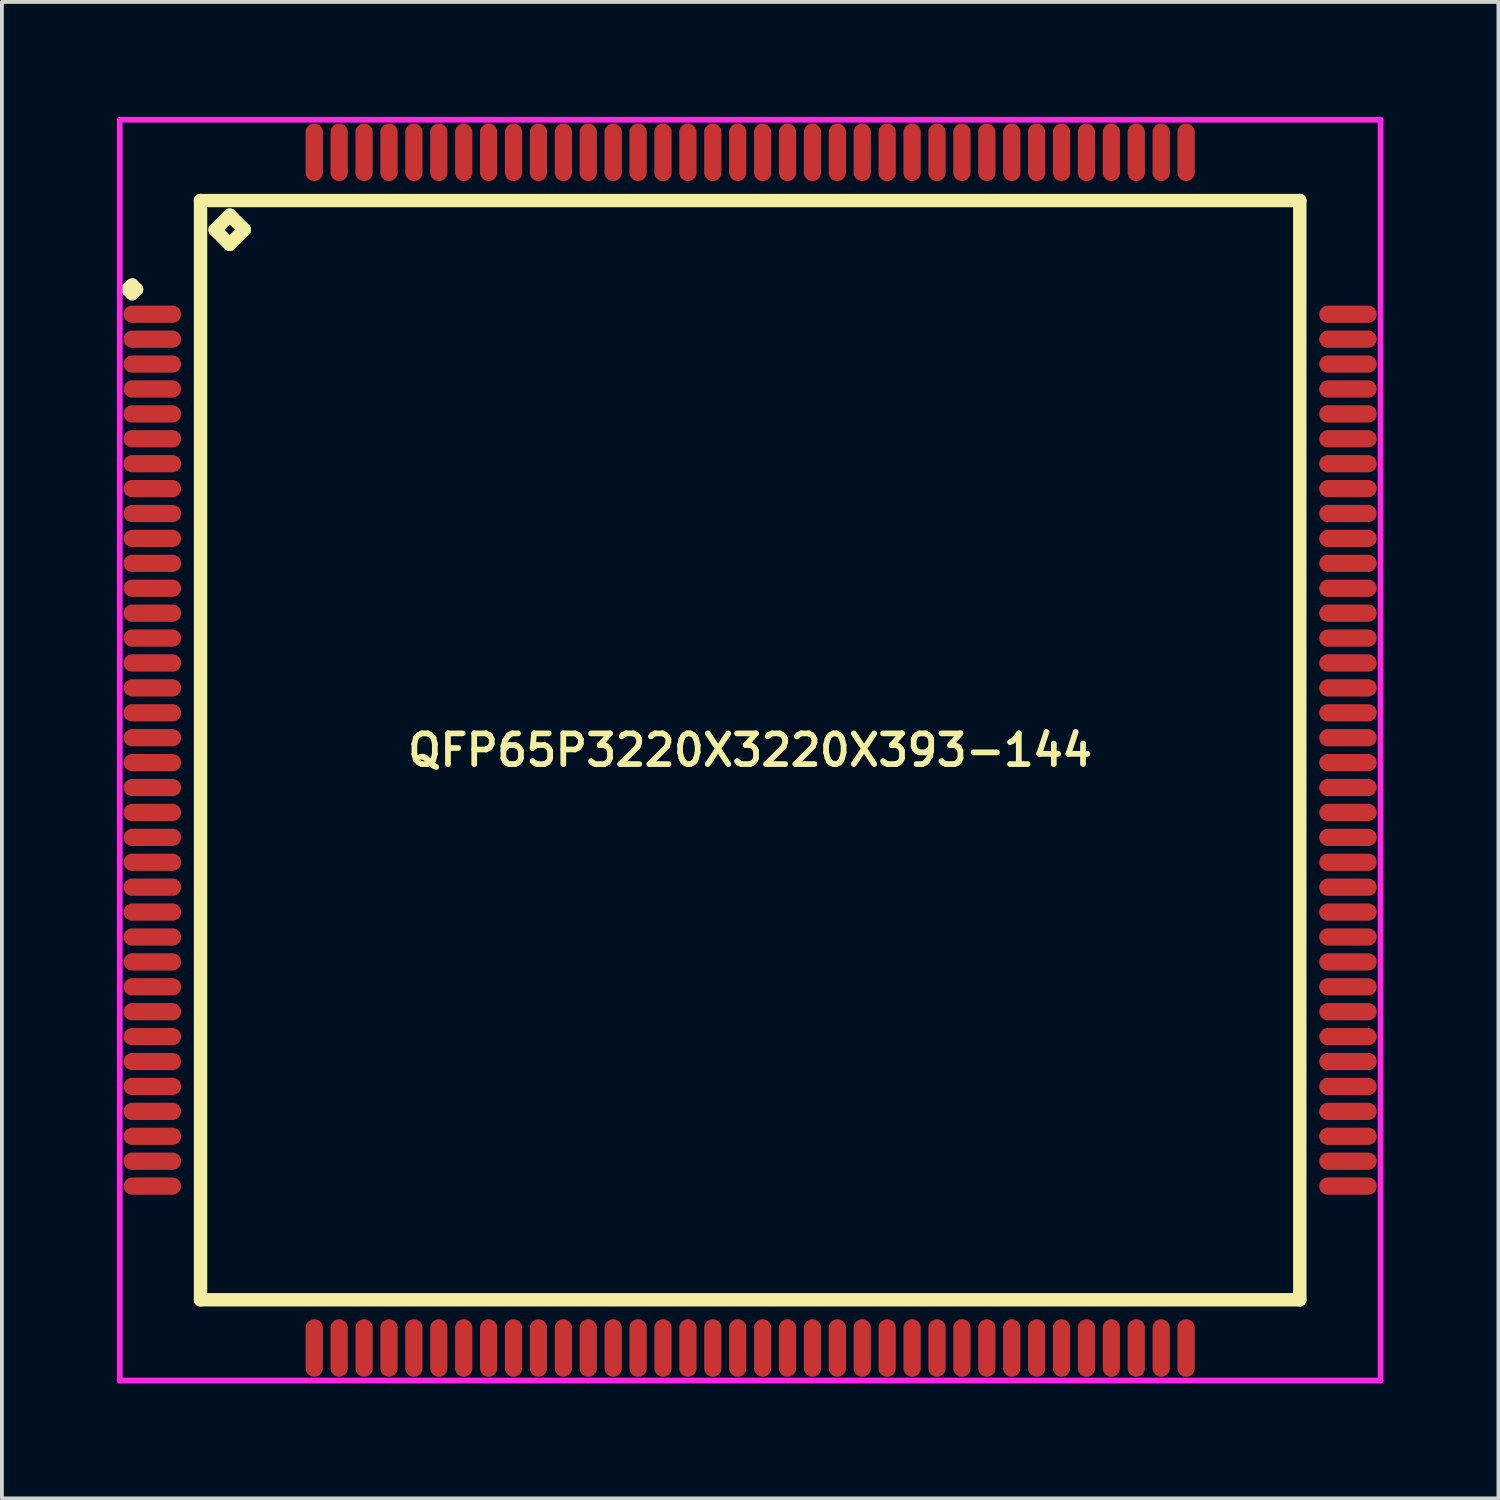
<source format=kicad_pcb>
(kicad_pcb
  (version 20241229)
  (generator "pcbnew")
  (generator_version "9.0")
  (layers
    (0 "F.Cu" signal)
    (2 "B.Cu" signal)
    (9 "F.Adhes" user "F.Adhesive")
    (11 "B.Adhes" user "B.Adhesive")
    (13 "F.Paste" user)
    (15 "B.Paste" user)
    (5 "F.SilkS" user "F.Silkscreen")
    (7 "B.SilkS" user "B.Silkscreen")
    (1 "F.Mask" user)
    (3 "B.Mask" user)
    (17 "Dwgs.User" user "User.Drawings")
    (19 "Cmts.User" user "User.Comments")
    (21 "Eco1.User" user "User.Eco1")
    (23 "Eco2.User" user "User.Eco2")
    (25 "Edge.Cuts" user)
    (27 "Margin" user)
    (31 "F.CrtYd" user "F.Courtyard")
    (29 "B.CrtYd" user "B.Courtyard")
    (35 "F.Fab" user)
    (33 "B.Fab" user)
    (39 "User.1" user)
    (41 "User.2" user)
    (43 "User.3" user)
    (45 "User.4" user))
  (footprint "QFP65P3220X3220X393-144"
    (layer "F.Cu")
    (at 16.525 16.525)
    (property "Reference" "QFP65P3220X3220X393-144" (at 0 0 0) (layer "F.SilkS") (effects (font (size 0.8 0.8) (thickness 0.15))))
    (attr through_hole)
    (fp_line (start -16.238 -12.025) (end -16.125 -12.137) (stroke (width 0.35) (type solid)) (layer "F.SilkS"))
    (fp_line (start -16.125 -12.137) (end -16.012 -12.025) (stroke (width 0.35) (type solid)) (layer "F.SilkS"))
    (fp_line (start -16.125 -11.912) (end -16.238 -12.025) (stroke (width 0.35) (type solid)) (layer "F.SilkS"))
    (fp_line (start -16.012 -12.025) (end -16.125 -11.912) (stroke (width 0.35) (type solid)) (layer "F.SilkS"))
    (fp_line (start -14.342 -14.342) (end -14.342 14.342) (stroke (width 0.35) (type solid)) (layer "F.SilkS"))
    (fp_line (start -14.342 14.342) (end 14.342 14.342) (stroke (width 0.35) (type solid)) (layer "F.SilkS"))
    (fp_line (start -13.961 -13.58) (end -13.58 -13.961) (stroke (width 0.35) (type solid)) (layer "F.SilkS"))
    (fp_line (start -13.58 -13.961) (end -13.199 -13.58) (stroke (width 0.35) (type solid)) (layer "F.SilkS"))
    (fp_line (start -13.58 -13.199) (end -13.961 -13.58) (stroke (width 0.35) (type solid)) (layer "F.SilkS"))
    (fp_line (start -13.199 -13.58) (end -13.58 -13.199) (stroke (width 0.35) (type solid)) (layer "F.SilkS"))
    (fp_line (start 14.342 -14.342) (end -14.342 -14.342) (stroke (width 0.35) (type solid)) (layer "F.SilkS"))
    (fp_line (start 14.342 14.342) (end 14.342 -14.342) (stroke (width 0.35) (type solid)) (layer "F.SilkS"))
    (fp_line (start -16.45 -16.45) (end 16.45 -16.45) (stroke (width 0.15) (type solid)) (layer "F.CrtYd"))
    (fp_line (start -16.45 16.45) (end -16.45 -16.45) (stroke (width 0.15) (type solid)) (layer "F.CrtYd"))
    (fp_line (start 16.45 -16.45) (end 16.45 16.45) (stroke (width 0.15) (type solid)) (layer "F.CrtYd"))
    (fp_line (start 16.45 16.45) (end -16.45 16.45) (stroke (width 0.15) (type solid)) (layer "F.CrtYd"))
    (pad "1" smd oval (at -15.6 -11.375) (size 1.5 0.45) (layers "F.Cu" "F.Mask" "F.Paste"))
    (pad "2" smd oval (at -15.6 -10.725) (size 1.5 0.45) (layers "F.Cu" "F.Mask" "F.Paste"))
    (pad "3" smd oval (at -15.6 -10.075) (size 1.5 0.45) (layers "F.Cu" "F.Mask" "F.Paste"))
    (pad "4" smd oval (at -15.6 -9.425) (size 1.5 0.45) (layers "F.Cu" "F.Mask" "F.Paste"))
    (pad "5" smd oval (at -15.6 -8.775) (size 1.5 0.45) (layers "F.Cu" "F.Mask" "F.Paste"))
    (pad "6" smd oval (at -15.6 -8.125) (size 1.5 0.45) (layers "F.Cu" "F.Mask" "F.Paste"))
    (pad "7" smd oval (at -15.6 -7.475) (size 1.5 0.45) (layers "F.Cu" "F.Mask" "F.Paste"))
    (pad "8" smd oval (at -15.6 -6.825) (size 1.5 0.45) (layers "F.Cu" "F.Mask" "F.Paste"))
    (pad "9" smd oval (at -15.6 -6.175) (size 1.5 0.45) (layers "F.Cu" "F.Mask" "F.Paste"))
    (pad "10" smd oval (at -15.6 -5.525) (size 1.5 0.45) (layers "F.Cu" "F.Mask" "F.Paste"))
    (pad "11" smd oval (at -15.6 -4.875) (size 1.5 0.45) (layers "F.Cu" "F.Mask" "F.Paste"))
    (pad "12" smd oval (at -15.6 -4.225) (size 1.5 0.45) (layers "F.Cu" "F.Mask" "F.Paste"))
    (pad "13" smd oval (at -15.6 -3.575) (size 1.5 0.45) (layers "F.Cu" "F.Mask" "F.Paste"))
    (pad "14" smd oval (at -15.6 -2.925) (size 1.5 0.45) (layers "F.Cu" "F.Mask" "F.Paste"))
    (pad "15" smd oval (at -15.6 -2.275) (size 1.5 0.45) (layers "F.Cu" "F.Mask" "F.Paste"))
    (pad "16" smd oval (at -15.6 -1.625) (size 1.5 0.45) (layers "F.Cu" "F.Mask" "F.Paste"))
    (pad "17" smd oval (at -15.6 -0.975) (size 1.5 0.45) (layers "F.Cu" "F.Mask" "F.Paste"))
    (pad "18" smd oval (at -15.6 -0.325) (size 1.5 0.45) (layers "F.Cu" "F.Mask" "F.Paste"))
    (pad "19" smd oval (at -15.6 0.325) (size 1.5 0.45) (layers "F.Cu" "F.Mask" "F.Paste"))
    (pad "20" smd oval (at -15.6 0.975) (size 1.5 0.45) (layers "F.Cu" "F.Mask" "F.Paste"))
    (pad "21" smd oval (at -15.6 1.625) (size 1.5 0.45) (layers "F.Cu" "F.Mask" "F.Paste"))
    (pad "22" smd oval (at -15.6 2.275) (size 1.5 0.45) (layers "F.Cu" "F.Mask" "F.Paste"))
    (pad "23" smd oval (at -15.6 2.925) (size 1.5 0.45) (layers "F.Cu" "F.Mask" "F.Paste"))
    (pad "24" smd oval (at -15.6 3.575) (size 1.5 0.45) (layers "F.Cu" "F.Mask" "F.Paste"))
    (pad "25" smd oval (at -15.6 4.225) (size 1.5 0.45) (layers "F.Cu" "F.Mask" "F.Paste"))
    (pad "26" smd oval (at -15.6 4.875) (size 1.5 0.45) (layers "F.Cu" "F.Mask" "F.Paste"))
    (pad "27" smd oval (at -15.6 5.525) (size 1.5 0.45) (layers "F.Cu" "F.Mask" "F.Paste"))
    (pad "28" smd oval (at -15.6 6.175) (size 1.5 0.45) (layers "F.Cu" "F.Mask" "F.Paste"))
    (pad "29" smd oval (at -15.6 6.825) (size 1.5 0.45) (layers "F.Cu" "F.Mask" "F.Paste"))
    (pad "30" smd oval (at -15.6 7.475) (size 1.5 0.45) (layers "F.Cu" "F.Mask" "F.Paste"))
    (pad "31" smd oval (at -15.6 8.125) (size 1.5 0.45) (layers "F.Cu" "F.Mask" "F.Paste"))
    (pad "32" smd oval (at -15.6 8.775) (size 1.5 0.45) (layers "F.Cu" "F.Mask" "F.Paste"))
    (pad "33" smd oval (at -15.6 9.425) (size 1.5 0.45) (layers "F.Cu" "F.Mask" "F.Paste"))
    (pad "34" smd oval (at -15.6 10.075) (size 1.5 0.45) (layers "F.Cu" "F.Mask" "F.Paste"))
    (pad "35" smd oval (at -15.6 10.725) (size 1.5 0.45) (layers "F.Cu" "F.Mask" "F.Paste"))
    (pad "36" smd oval (at -15.6 11.375) (size 1.5 0.45) (layers "F.Cu" "F.Mask" "F.Paste"))
    (pad "37" smd oval (at -11.375 15.6) (size 0.45 1.5) (layers "F.Cu" "F.Mask" "F.Paste"))
    (pad "38" smd oval (at -10.725 15.6) (size 0.45 1.5) (layers "F.Cu" "F.Mask" "F.Paste"))
    (pad "39" smd oval (at -10.075 15.6) (size 0.45 1.5) (layers "F.Cu" "F.Mask" "F.Paste"))
    (pad "40" smd oval (at -9.425 15.6) (size 0.45 1.5) (layers "F.Cu" "F.Mask" "F.Paste"))
    (pad "41" smd oval (at -8.775 15.6) (size 0.45 1.5) (layers "F.Cu" "F.Mask" "F.Paste"))
    (pad "42" smd oval (at -8.125 15.6) (size 0.45 1.5) (layers "F.Cu" "F.Mask" "F.Paste"))
    (pad "43" smd oval (at -7.475 15.6) (size 0.45 1.5) (layers "F.Cu" "F.Mask" "F.Paste"))
    (pad "44" smd oval (at -6.825 15.6) (size 0.45 1.5) (layers "F.Cu" "F.Mask" "F.Paste"))
    (pad "45" smd oval (at -6.175 15.6) (size 0.45 1.5) (layers "F.Cu" "F.Mask" "F.Paste"))
    (pad "46" smd oval (at -5.525 15.6) (size 0.45 1.5) (layers "F.Cu" "F.Mask" "F.Paste"))
    (pad "47" smd oval (at -4.875 15.6) (size 0.45 1.5) (layers "F.Cu" "F.Mask" "F.Paste"))
    (pad "48" smd oval (at -4.225 15.6) (size 0.45 1.5) (layers "F.Cu" "F.Mask" "F.Paste"))
    (pad "49" smd oval (at -3.575 15.6) (size 0.45 1.5) (layers "F.Cu" "F.Mask" "F.Paste"))
    (pad "50" smd oval (at -2.925 15.6) (size 0.45 1.5) (layers "F.Cu" "F.Mask" "F.Paste"))
    (pad "51" smd oval (at -2.275 15.6) (size 0.45 1.5) (layers "F.Cu" "F.Mask" "F.Paste"))
    (pad "52" smd oval (at -1.625 15.6) (size 0.45 1.5) (layers "F.Cu" "F.Mask" "F.Paste"))
    (pad "53" smd oval (at -0.975 15.6) (size 0.45 1.5) (layers "F.Cu" "F.Mask" "F.Paste"))
    (pad "54" smd oval (at -0.325 15.6) (size 0.45 1.5) (layers "F.Cu" "F.Mask" "F.Paste"))
    (pad "55" smd oval (at 0.325 15.6) (size 0.45 1.5) (layers "F.Cu" "F.Mask" "F.Paste"))
    (pad "56" smd oval (at 0.975 15.6) (size 0.45 1.5) (layers "F.Cu" "F.Mask" "F.Paste"))
    (pad "57" smd oval (at 1.625 15.6) (size 0.45 1.5) (layers "F.Cu" "F.Mask" "F.Paste"))
    (pad "58" smd oval (at 2.275 15.6) (size 0.45 1.5) (layers "F.Cu" "F.Mask" "F.Paste"))
    (pad "59" smd oval (at 2.925 15.6) (size 0.45 1.5) (layers "F.Cu" "F.Mask" "F.Paste"))
    (pad "60" smd oval (at 3.575 15.6) (size 0.45 1.5) (layers "F.Cu" "F.Mask" "F.Paste"))
    (pad "61" smd oval (at 4.225 15.6) (size 0.45 1.5) (layers "F.Cu" "F.Mask" "F.Paste"))
    (pad "62" smd oval (at 4.875 15.6) (size 0.45 1.5) (layers "F.Cu" "F.Mask" "F.Paste"))
    (pad "63" smd oval (at 5.525 15.6) (size 0.45 1.5) (layers "F.Cu" "F.Mask" "F.Paste"))
    (pad "64" smd oval (at 6.175 15.6) (size 0.45 1.5) (layers "F.Cu" "F.Mask" "F.Paste"))
    (pad "65" smd oval (at 6.825 15.6) (size 0.45 1.5) (layers "F.Cu" "F.Mask" "F.Paste"))
    (pad "66" smd oval (at 7.475 15.6) (size 0.45 1.5) (layers "F.Cu" "F.Mask" "F.Paste"))
    (pad "67" smd oval (at 8.125 15.6) (size 0.45 1.5) (layers "F.Cu" "F.Mask" "F.Paste"))
    (pad "68" smd oval (at 8.775 15.6) (size 0.45 1.5) (layers "F.Cu" "F.Mask" "F.Paste"))
    (pad "69" smd oval (at 9.425 15.6) (size 0.45 1.5) (layers "F.Cu" "F.Mask" "F.Paste"))
    (pad "70" smd oval (at 10.075 15.6) (size 0.45 1.5) (layers "F.Cu" "F.Mask" "F.Paste"))
    (pad "71" smd oval (at 10.725 15.6) (size 0.45 1.5) (layers "F.Cu" "F.Mask" "F.Paste"))
    (pad "72" smd oval (at 11.375 15.6) (size 0.45 1.5) (layers "F.Cu" "F.Mask" "F.Paste"))
    (pad "73" smd oval (at 15.6 11.375) (size 1.5 0.45) (layers "F.Cu" "F.Mask" "F.Paste"))
    (pad "74" smd oval (at 15.6 10.725) (size 1.5 0.45) (layers "F.Cu" "F.Mask" "F.Paste"))
    (pad "75" smd oval (at 15.6 10.075) (size 1.5 0.45) (layers "F.Cu" "F.Mask" "F.Paste"))
    (pad "76" smd oval (at 15.6 9.425) (size 1.5 0.45) (layers "F.Cu" "F.Mask" "F.Paste"))
    (pad "77" smd oval (at 15.6 8.775) (size 1.5 0.45) (layers "F.Cu" "F.Mask" "F.Paste"))
    (pad "78" smd oval (at 15.6 8.125) (size 1.5 0.45) (layers "F.Cu" "F.Mask" "F.Paste"))
    (pad "79" smd oval (at 15.6 7.475) (size 1.5 0.45) (layers "F.Cu" "F.Mask" "F.Paste"))
    (pad "80" smd oval (at 15.6 6.825) (size 1.5 0.45) (layers "F.Cu" "F.Mask" "F.Paste"))
    (pad "81" smd oval (at 15.6 6.175) (size 1.5 0.45) (layers "F.Cu" "F.Mask" "F.Paste"))
    (pad "82" smd oval (at 15.6 5.525) (size 1.5 0.45) (layers "F.Cu" "F.Mask" "F.Paste"))
    (pad "83" smd oval (at 15.6 4.875) (size 1.5 0.45) (layers "F.Cu" "F.Mask" "F.Paste"))
    (pad "84" smd oval (at 15.6 4.225) (size 1.5 0.45) (layers "F.Cu" "F.Mask" "F.Paste"))
    (pad "85" smd oval (at 15.6 3.575) (size 1.5 0.45) (layers "F.Cu" "F.Mask" "F.Paste"))
    (pad "86" smd oval (at 15.6 2.925) (size 1.5 0.45) (layers "F.Cu" "F.Mask" "F.Paste"))
    (pad "87" smd oval (at 15.6 2.275) (size 1.5 0.45) (layers "F.Cu" "F.Mask" "F.Paste"))
    (pad "88" smd oval (at 15.6 1.625) (size 1.5 0.45) (layers "F.Cu" "F.Mask" "F.Paste"))
    (pad "89" smd oval (at 15.6 0.975) (size 1.5 0.45) (layers "F.Cu" "F.Mask" "F.Paste"))
    (pad "90" smd oval (at 15.6 0.325) (size 1.5 0.45) (layers "F.Cu" "F.Mask" "F.Paste"))
    (pad "91" smd oval (at 15.6 -0.325) (size 1.5 0.45) (layers "F.Cu" "F.Mask" "F.Paste"))
    (pad "92" smd oval (at 15.6 -0.975) (size 1.5 0.45) (layers "F.Cu" "F.Mask" "F.Paste"))
    (pad "93" smd oval (at 15.6 -1.625) (size 1.5 0.45) (layers "F.Cu" "F.Mask" "F.Paste"))
    (pad "94" smd oval (at 15.6 -2.275) (size 1.5 0.45) (layers "F.Cu" "F.Mask" "F.Paste"))
    (pad "95" smd oval (at 15.6 -2.925) (size 1.5 0.45) (layers "F.Cu" "F.Mask" "F.Paste"))
    (pad "96" smd oval (at 15.6 -3.575) (size 1.5 0.45) (layers "F.Cu" "F.Mask" "F.Paste"))
    (pad "97" smd oval (at 15.6 -4.225) (size 1.5 0.45) (layers "F.Cu" "F.Mask" "F.Paste"))
    (pad "98" smd oval (at 15.6 -4.875) (size 1.5 0.45) (layers "F.Cu" "F.Mask" "F.Paste"))
    (pad "99" smd oval (at 15.6 -5.525) (size 1.5 0.45) (layers "F.Cu" "F.Mask" "F.Paste"))
    (pad "100" smd oval (at 15.6 -6.175) (size 1.5 0.45) (layers "F.Cu" "F.Mask" "F.Paste"))
    (pad "101" smd oval (at 15.6 -6.825) (size 1.5 0.45) (layers "F.Cu" "F.Mask" "F.Paste"))
    (pad "102" smd oval (at 15.6 -7.475) (size 1.5 0.45) (layers "F.Cu" "F.Mask" "F.Paste"))
    (pad "103" smd oval (at 15.6 -8.125) (size 1.5 0.45) (layers "F.Cu" "F.Mask" "F.Paste"))
    (pad "104" smd oval (at 15.6 -8.775) (size 1.5 0.45) (layers "F.Cu" "F.Mask" "F.Paste"))
    (pad "105" smd oval (at 15.6 -9.425) (size 1.5 0.45) (layers "F.Cu" "F.Mask" "F.Paste"))
    (pad "106" smd oval (at 15.6 -10.075) (size 1.5 0.45) (layers "F.Cu" "F.Mask" "F.Paste"))
    (pad "107" smd oval (at 15.6 -10.725) (size 1.5 0.45) (layers "F.Cu" "F.Mask" "F.Paste"))
    (pad "108" smd oval (at 15.6 -11.375) (size 1.5 0.45) (layers "F.Cu" "F.Mask" "F.Paste"))
    (pad "109" smd oval (at 11.375 -15.6) (size 0.45 1.5) (layers "F.Cu" "F.Mask" "F.Paste"))
    (pad "110" smd oval (at 10.725 -15.6) (size 0.45 1.5) (layers "F.Cu" "F.Mask" "F.Paste"))
    (pad "111" smd oval (at 10.075 -15.6) (size 0.45 1.5) (layers "F.Cu" "F.Mask" "F.Paste"))
    (pad "112" smd oval (at 9.425 -15.6) (size 0.45 1.5) (layers "F.Cu" "F.Mask" "F.Paste"))
    (pad "113" smd oval (at 8.775 -15.6) (size 0.45 1.5) (layers "F.Cu" "F.Mask" "F.Paste"))
    (pad "114" smd oval (at 8.125 -15.6) (size 0.45 1.5) (layers "F.Cu" "F.Mask" "F.Paste"))
    (pad "115" smd oval (at 7.475 -15.6) (size 0.45 1.5) (layers "F.Cu" "F.Mask" "F.Paste"))
    (pad "116" smd oval (at 6.825 -15.6) (size 0.45 1.5) (layers "F.Cu" "F.Mask" "F.Paste"))
    (pad "117" smd oval (at 6.175 -15.6) (size 0.45 1.5) (layers "F.Cu" "F.Mask" "F.Paste"))
    (pad "118" smd oval (at 5.525 -15.6) (size 0.45 1.5) (layers "F.Cu" "F.Mask" "F.Paste"))
    (pad "119" smd oval (at 4.875 -15.6) (size 0.45 1.5) (layers "F.Cu" "F.Mask" "F.Paste"))
    (pad "120" smd oval (at 4.225 -15.6) (size 0.45 1.5) (layers "F.Cu" "F.Mask" "F.Paste"))
    (pad "121" smd oval (at 3.575 -15.6) (size 0.45 1.5) (layers "F.Cu" "F.Mask" "F.Paste"))
    (pad "122" smd oval (at 2.925 -15.6) (size 0.45 1.5) (layers "F.Cu" "F.Mask" "F.Paste"))
    (pad "123" smd oval (at 2.275 -15.6) (size 0.45 1.5) (layers "F.Cu" "F.Mask" "F.Paste"))
    (pad "124" smd oval (at 1.625 -15.6) (size 0.45 1.5) (layers "F.Cu" "F.Mask" "F.Paste"))
    (pad "125" smd oval (at 0.975 -15.6) (size 0.45 1.5) (layers "F.Cu" "F.Mask" "F.Paste"))
    (pad "126" smd oval (at 0.325 -15.6) (size 0.45 1.5) (layers "F.Cu" "F.Mask" "F.Paste"))
    (pad "127" smd oval (at -0.325 -15.6) (size 0.45 1.5) (layers "F.Cu" "F.Mask" "F.Paste"))
    (pad "128" smd oval (at -0.975 -15.6) (size 0.45 1.5) (layers "F.Cu" "F.Mask" "F.Paste"))
    (pad "129" smd oval (at -1.625 -15.6) (size 0.45 1.5) (layers "F.Cu" "F.Mask" "F.Paste"))
    (pad "130" smd oval (at -2.275 -15.6) (size 0.45 1.5) (layers "F.Cu" "F.Mask" "F.Paste"))
    (pad "131" smd oval (at -2.925 -15.6) (size 0.45 1.5) (layers "F.Cu" "F.Mask" "F.Paste"))
    (pad "132" smd oval (at -3.575 -15.6) (size 0.45 1.5) (layers "F.Cu" "F.Mask" "F.Paste"))
    (pad "133" smd oval (at -4.225 -15.6) (size 0.45 1.5) (layers "F.Cu" "F.Mask" "F.Paste"))
    (pad "134" smd oval (at -4.875 -15.6) (size 0.45 1.5) (layers "F.Cu" "F.Mask" "F.Paste"))
    (pad "135" smd oval (at -5.525 -15.6) (size 0.45 1.5) (layers "F.Cu" "F.Mask" "F.Paste"))
    (pad "136" smd oval (at -6.175 -15.6) (size 0.45 1.5) (layers "F.Cu" "F.Mask" "F.Paste"))
    (pad "137" smd oval (at -6.825 -15.6) (size 0.45 1.5) (layers "F.Cu" "F.Mask" "F.Paste"))
    (pad "138" smd oval (at -7.475 -15.6) (size 0.45 1.5) (layers "F.Cu" "F.Mask" "F.Paste"))
    (pad "139" smd oval (at -8.125 -15.6) (size 0.45 1.5) (layers "F.Cu" "F.Mask" "F.Paste"))
    (pad "140" smd oval (at -8.775 -15.6) (size 0.45 1.5) (layers "F.Cu" "F.Mask" "F.Paste"))
    (pad "141" smd oval (at -9.425 -15.6) (size 0.45 1.5) (layers "F.Cu" "F.Mask" "F.Paste"))
    (pad "142" smd oval (at -10.075 -15.6) (size 0.45 1.5) (layers "F.Cu" "F.Mask" "F.Paste"))
    (pad "143" smd oval (at -10.725 -15.6) (size 0.45 1.5) (layers "F.Cu" "F.Mask" "F.Paste"))
    (pad "144" smd oval (at -11.375 -15.6) (size 0.45 1.5) (layers "F.Cu" "F.Mask" "F.Paste")))
  (gr_rect
    (start -3 -3)
    (end 36.05 36.05)
    (stroke (width 0.1) (type default))
    (fill no)
    (layer "Edge.Cuts")))
</source>
